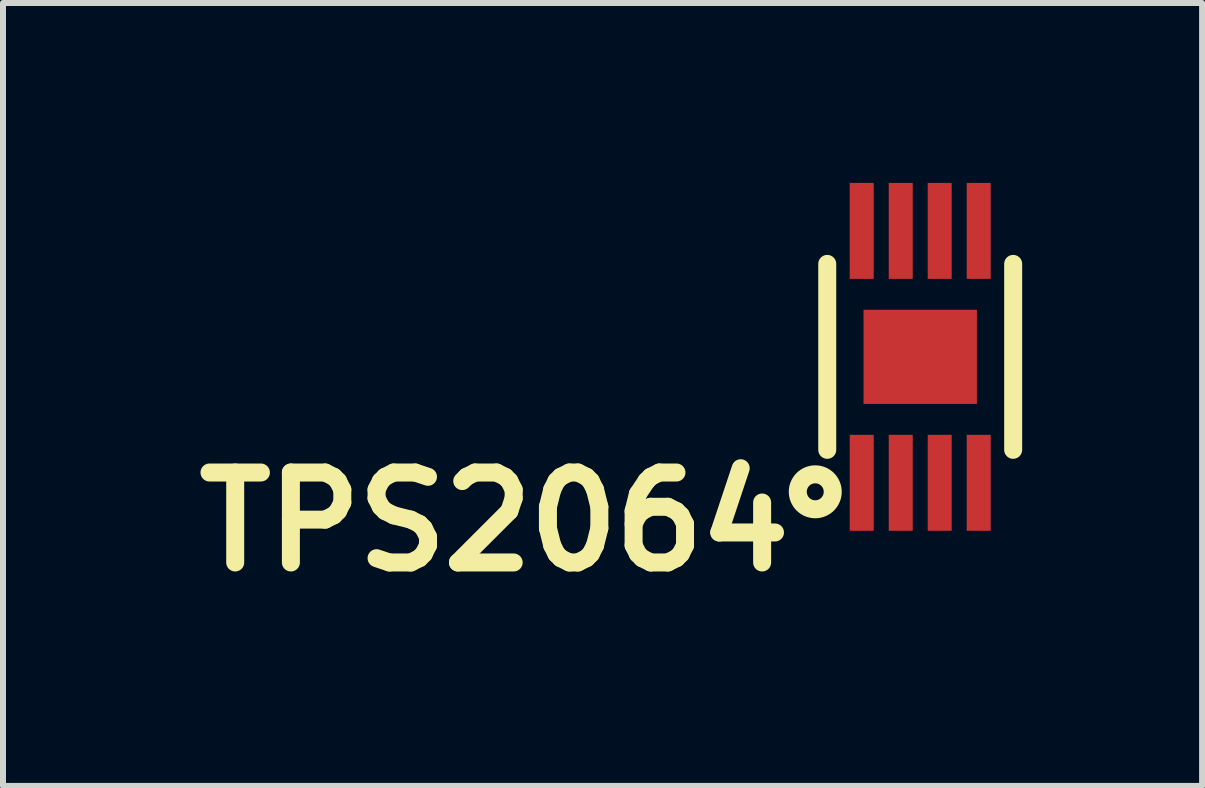
<source format=kicad_pcb>
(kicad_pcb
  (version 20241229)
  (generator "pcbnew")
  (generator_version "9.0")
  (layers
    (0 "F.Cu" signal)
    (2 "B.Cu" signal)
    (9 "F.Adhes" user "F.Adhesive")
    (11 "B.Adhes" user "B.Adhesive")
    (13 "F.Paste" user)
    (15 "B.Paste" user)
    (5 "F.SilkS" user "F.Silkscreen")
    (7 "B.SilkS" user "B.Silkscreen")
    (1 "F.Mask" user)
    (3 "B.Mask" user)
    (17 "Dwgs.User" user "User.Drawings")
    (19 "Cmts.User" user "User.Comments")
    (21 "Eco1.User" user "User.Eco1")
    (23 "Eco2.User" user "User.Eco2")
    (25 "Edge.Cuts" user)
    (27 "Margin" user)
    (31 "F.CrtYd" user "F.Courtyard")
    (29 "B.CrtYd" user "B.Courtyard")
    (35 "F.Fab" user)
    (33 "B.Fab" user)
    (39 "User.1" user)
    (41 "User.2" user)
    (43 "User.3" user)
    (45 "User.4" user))
  (footprint "TPS2064"
    (layer "F.Cu")
    (at 12.293 2.9)
    (property "Reference" "TPS2064" (at -7.1 2.75 0) (layer "F.SilkS") (effects (font (size 1.5 1.5) (thickness 0.3))))
    (attr through_hole)
    (fp_line (start -1.55 -1.55) (end -1.55 1.55) (stroke (width 0.3) (type solid)) (layer "F.SilkS"))
    (fp_line (start 1.55 -1.55) (end 1.55 1.55) (stroke (width 0.3) (type solid)) (layer "F.SilkS"))
    (fp_circle (center -1.75 2.25) (end -1.65 2.35) (stroke (width 0.3) (type solid)) (fill no) (layer "F.SilkS"))
    (pad "1" smd rect (at -0.975 2.1) (size 0.4 1.6) (layers "F.Cu" "F.Mask" "F.Paste"))
    (pad "1" smd rect (at 0 0) (size 1.89 1.57) (layers "F.Cu" "F.Mask" "F.Paste"))
    (pad "2" smd rect (at -0.325 2.1) (size 0.4 1.6) (layers "F.Cu" "F.Mask" "F.Paste"))
    (pad "3" smd rect (at 0.325 2.1) (size 0.4 1.6) (layers "F.Cu" "F.Mask" "F.Paste"))
    (pad "4" smd rect (at 0.975 2.1) (size 0.4 1.6) (layers "F.Cu" "F.Mask" "F.Paste"))
    (pad "5" smd rect (at 0.975 -2.1) (size 0.4 1.6) (layers "F.Cu" "F.Mask" "F.Paste"))
    (pad "6" smd rect (at 0.325 -2.1) (size 0.4 1.6) (layers "F.Cu" "F.Mask" "F.Paste"))
    (pad "7" smd rect (at -0.325 -2.1) (size 0.4 1.6) (layers "F.Cu" "F.Mask" "F.Paste"))
    (pad "8" smd rect (at -0.975 -2.1) (size 0.4 1.6) (layers "F.Cu" "F.Mask" "F.Paste")))
  (gr_rect
    (start -3 -3)
    (end 16.993 10.054)
    (stroke (width 0.1) (type default))
    (fill no)
    (layer "Edge.Cuts")))
</source>
